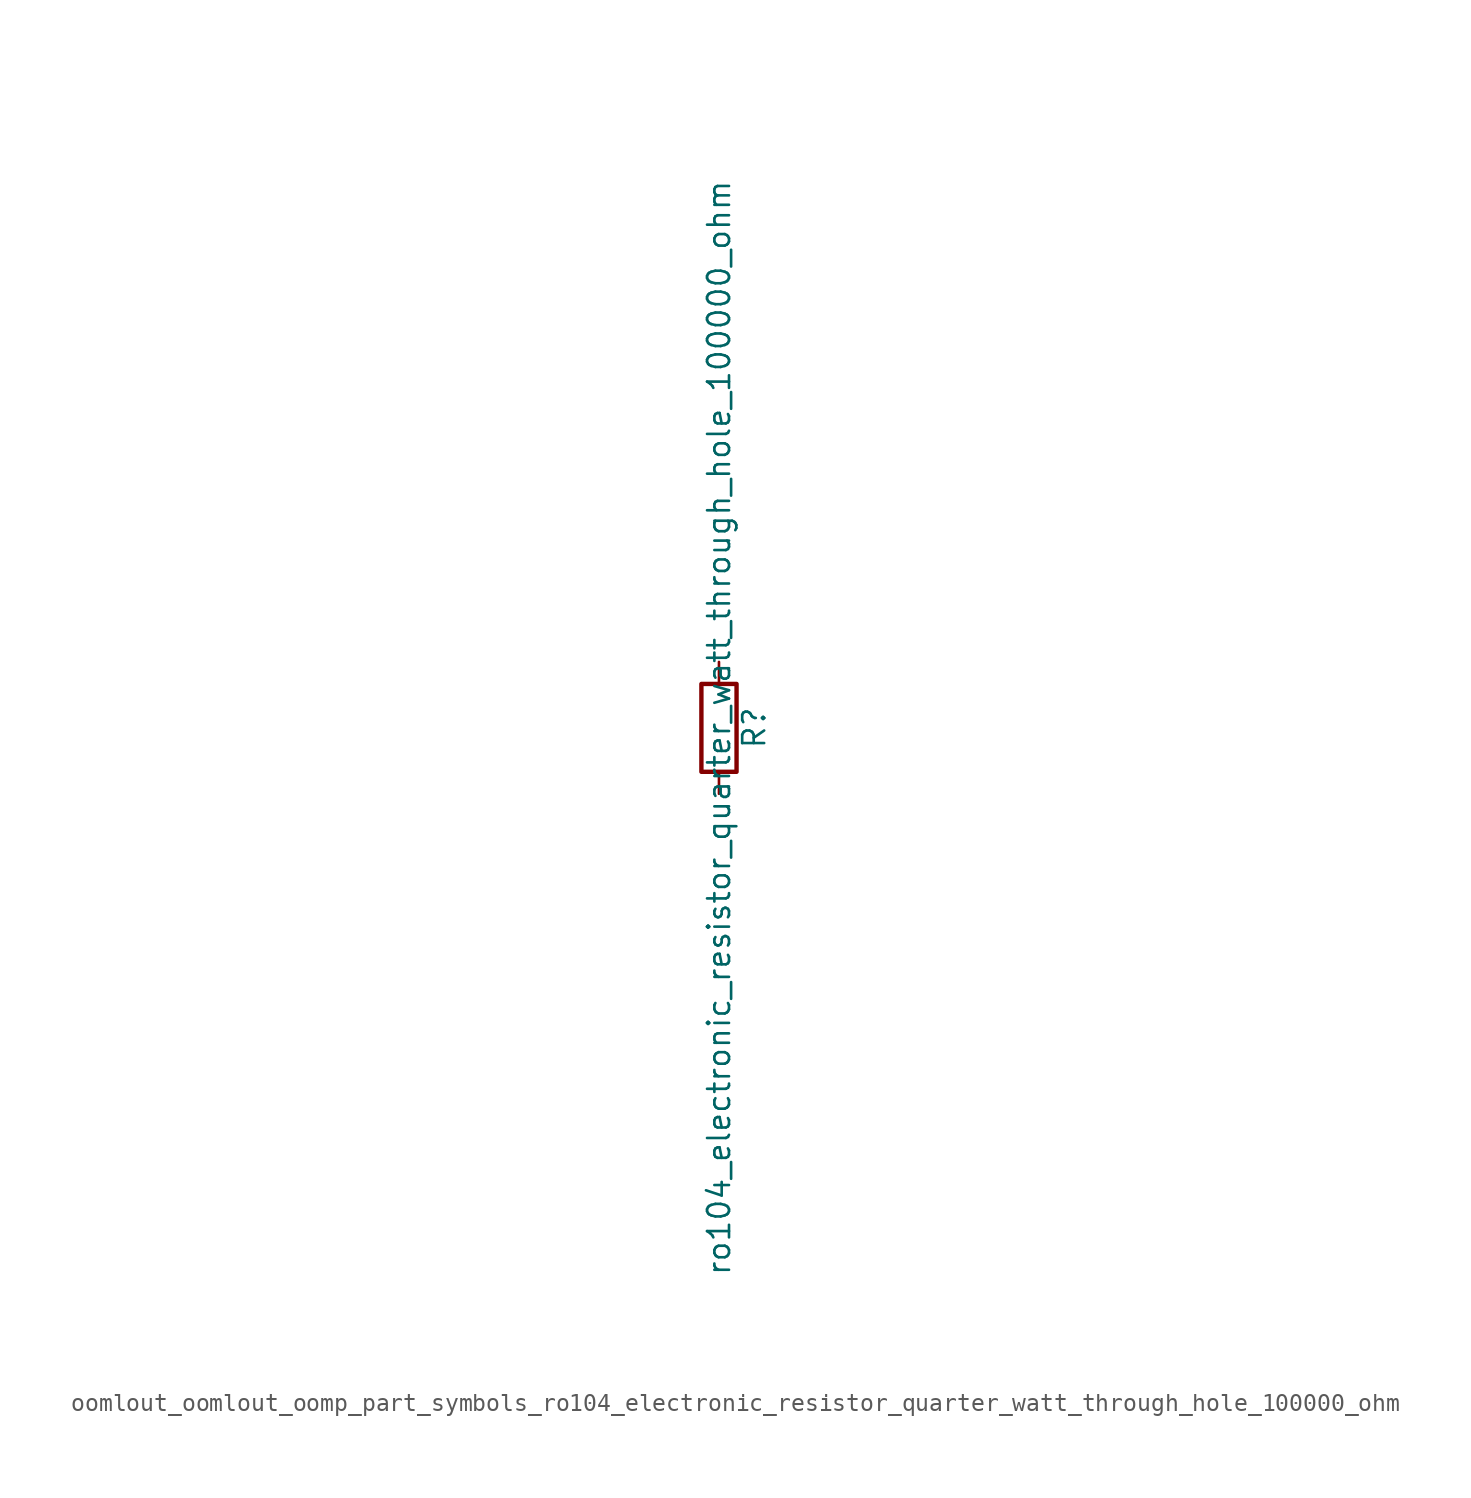
<source format=kicad_sym>
(kicad_symbol_lib
  (version 20220914)
  (generator kicad_symbol_editor)
  (symbol "oomlout_oomlout_oomp_part_symbols_ro104_electronic_resistor_quarter_watt_through_hole_100000_ohm"
    (pin_numbers hide)
    (pin_names
      (offset 0))
    (property "Reference" "R"
      (at 2.032 0 90)
      (effects (font (size 1.27 1.27))))
    (property "Value" "ro104_electronic_resistor_quarter_watt_through_hole_100000_ohm"
      (at 0 0 90)
      (effects (font (size 1.27 1.27))))
    (symbol "oomlout_oomlout_oomp_part_symbols_ro104_electronic_resistor_quarter_watt_through_hole_100000_ohm_0_1"
      (rectangle (start -1.016 -2.54) (end 1.016 2.54) (stroke (width 0.254) (type default)) (fill (type none))))
    (symbol "oomlout_oomlout_oomp_part_symbols_ro104_electronic_resistor_quarter_watt_through_hole_100000_ohm_1_1"
      (pin passive line (at 0 3.81 270) (length 1.27) (name "~" (effects (font (size 1.27 1.27)))) (number "1" (effects (font (size 1.27 1.27)))))
      (pin passive line (at 0 -3.81 90) (length 1.27) (name "~" (effects (font (size 1.27 1.27)))) (number "2" (effects (font (size 1.27 1.27))))))))
</source>
